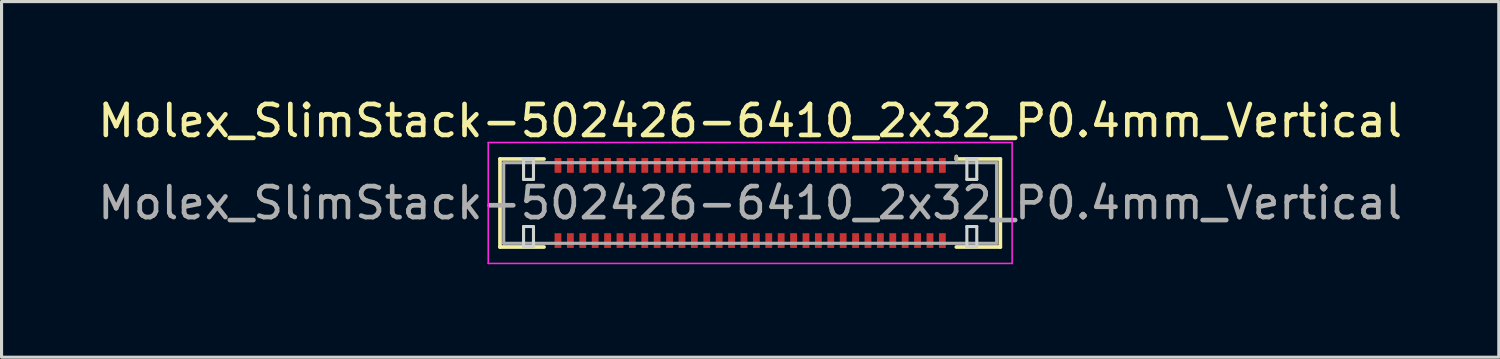
<source format=kicad_pcb>
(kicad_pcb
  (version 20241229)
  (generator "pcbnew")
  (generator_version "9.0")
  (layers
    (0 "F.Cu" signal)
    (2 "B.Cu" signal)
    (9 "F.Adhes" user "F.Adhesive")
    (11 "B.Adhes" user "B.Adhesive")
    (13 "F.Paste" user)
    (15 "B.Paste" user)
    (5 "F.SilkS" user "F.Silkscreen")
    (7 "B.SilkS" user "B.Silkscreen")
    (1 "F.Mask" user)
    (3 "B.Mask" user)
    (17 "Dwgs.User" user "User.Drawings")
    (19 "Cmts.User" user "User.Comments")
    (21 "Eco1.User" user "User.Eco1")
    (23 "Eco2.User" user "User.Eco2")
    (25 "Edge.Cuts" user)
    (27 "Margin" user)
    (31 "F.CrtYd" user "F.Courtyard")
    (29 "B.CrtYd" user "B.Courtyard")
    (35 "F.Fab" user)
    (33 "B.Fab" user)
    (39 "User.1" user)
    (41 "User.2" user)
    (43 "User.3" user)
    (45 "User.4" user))
  (footprint "Molex_SlimStack-502426-6410_2x32_P0.4mm_Vertical"
    (layer "F.Cu")
    (at 21.149 3.498)
    (property "Reference" "Molex_SlimStack-502426-6410_2x32_P0.4mm_Vertical" (at 0 -2.65 0) (layer "F.SilkS") (effects (font (size 1 1) (thickness 0.15))))
    (attr smd)
    (fp_line (start -8.07 -1.42) (end -6.65 -1.42) (stroke (width 0.12) (type solid)) (layer "F.SilkS"))
    (fp_line (start -8.07 1.42) (end -8.07 -1.42) (stroke (width 0.12) (type solid)) (layer "F.SilkS"))
    (fp_line (start -6.65 1.42) (end -8.07 1.42) (stroke (width 0.12) (type solid)) (layer "F.SilkS"))
    (fp_line (start 6.65 -1.42) (end 6.65 -1.5) (stroke (width 0.12) (type solid)) (layer "F.SilkS"))
    (fp_line (start 6.65 1.42) (end 8.07 1.42) (stroke (width 0.12) (type solid)) (layer "F.SilkS"))
    (fp_line (start 8.07 -1.42) (end 6.65 -1.42) (stroke (width 0.12) (type solid)) (layer "F.SilkS"))
    (fp_line (start 8.07 1.42) (end 8.07 -1.42) (stroke (width 0.12) (type solid)) (layer "F.SilkS"))
    (fp_line (start -7.31 -1.41) (end -7.31 -0.76) (stroke (width 0.1) (type solid)) (layer "Edge.Cuts"))
    (fp_line (start -7.31 -0.76) (end -6.99 -0.76) (stroke (width 0.1) (type solid)) (layer "Edge.Cuts"))
    (fp_line (start -7.31 0.76) (end -7.31 1.41) (stroke (width 0.1) (type solid)) (layer "Edge.Cuts"))
    (fp_line (start -7.31 1.41) (end -6.99 1.41) (stroke (width 0.1) (type solid)) (layer "Edge.Cuts"))
    (fp_line (start -6.99 -1.41) (end -7.31 -1.41) (stroke (width 0.1) (type solid)) (layer "Edge.Cuts"))
    (fp_line (start -6.99 -0.76) (end -6.99 -1.41) (stroke (width 0.1) (type solid)) (layer "Edge.Cuts"))
    (fp_line (start -6.99 0.76) (end -7.31 0.76) (stroke (width 0.1) (type solid)) (layer "Edge.Cuts"))
    (fp_line (start -6.99 1.41) (end -6.99 0.76) (stroke (width 0.1) (type solid)) (layer "Edge.Cuts"))
    (fp_line (start 6.99 -1.41) (end 6.99 -0.76) (stroke (width 0.1) (type solid)) (layer "Edge.Cuts"))
    (fp_line (start 6.99 -0.76) (end 7.31 -0.76) (stroke (width 0.1) (type solid)) (layer "Edge.Cuts"))
    (fp_line (start 6.99 0.76) (end 6.99 1.41) (stroke (width 0.1) (type solid)) (layer "Edge.Cuts"))
    (fp_line (start 6.99 1.41) (end 7.31 1.41) (stroke (width 0.1) (type solid)) (layer "Edge.Cuts"))
    (fp_line (start 7.31 -1.41) (end 6.99 -1.41) (stroke (width 0.1) (type solid)) (layer "Edge.Cuts"))
    (fp_line (start 7.31 -0.76) (end 7.31 -1.41) (stroke (width 0.1) (type solid)) (layer "Edge.Cuts"))
    (fp_line (start 7.31 0.76) (end 6.99 0.76) (stroke (width 0.1) (type solid)) (layer "Edge.Cuts"))
    (fp_line (start 7.31 1.41) (end 7.31 0.76) (stroke (width 0.1) (type solid)) (layer "Edge.Cuts"))
    (fp_line (start -8.45 -1.95) (end -8.45 1.95) (stroke (width 0.05) (type solid)) (layer "F.CrtYd"))
    (fp_line (start -8.45 1.95) (end 8.45 1.95) (stroke (width 0.05) (type solid)) (layer "F.CrtYd"))
    (fp_line (start 8.45 -1.95) (end -8.45 -1.95) (stroke (width 0.05) (type solid)) (layer "F.CrtYd"))
    (fp_line (start 8.45 1.95) (end 8.45 -1.95) (stroke (width 0.05) (type solid)) (layer "F.CrtYd"))
    (fp_line (start -7.95 -1.3) (end -7.95 1.3) (stroke (width 0.1) (type solid)) (layer "F.Fab"))
    (fp_line (start -7.95 1.3) (end 7.95 1.3) (stroke (width 0.1) (type solid)) (layer "F.Fab"))
    (fp_line (start 6.65 -1.3) (end 6.65 -1.5) (stroke (width 0.1) (type solid)) (layer "F.Fab"))
    (fp_line (start 7.95 -1.3) (end -7.95 -1.3) (stroke (width 0.1) (type solid)) (layer "F.Fab"))
    (fp_line (start 7.95 1.3) (end 7.95 -1.3) (stroke (width 0.1) (type solid)) (layer "F.Fab"))
    (fp_text user "${REFERENCE}" (at 0 0 0) (layer "F.Fab") (effects (font (size 1 1) (thickness 0.15))))
    (pad "1" smd rect (at 6.2 -1.212) (size 0.22 0.475) (layers "F.Cu" "F.Mask" "F.Paste"))
    (pad "2" smd rect (at 6.2 1.212) (size 0.22 0.475) (layers "F.Cu" "F.Mask" "F.Paste"))
    (pad "3" smd rect (at 5.8 -1.212) (size 0.22 0.475) (layers "F.Cu" "F.Mask" "F.Paste"))
    (pad "4" smd rect (at 5.8 1.212) (size 0.22 0.475) (layers "F.Cu" "F.Mask" "F.Paste"))
    (pad "5" smd rect (at 5.4 -1.212) (size 0.22 0.475) (layers "F.Cu" "F.Mask" "F.Paste"))
    (pad "6" smd rect (at 5.4 1.212) (size 0.22 0.475) (layers "F.Cu" "F.Mask" "F.Paste"))
    (pad "7" smd rect (at 5 -1.212) (size 0.22 0.475) (layers "F.Cu" "F.Mask" "F.Paste"))
    (pad "8" smd rect (at 5 1.212) (size 0.22 0.475) (layers "F.Cu" "F.Mask" "F.Paste"))
    (pad "9" smd rect (at 4.6 -1.212) (size 0.22 0.475) (layers "F.Cu" "F.Mask" "F.Paste"))
    (pad "10" smd rect (at 4.6 1.212) (size 0.22 0.475) (layers "F.Cu" "F.Mask" "F.Paste"))
    (pad "11" smd rect (at 4.2 -1.212) (size 0.22 0.475) (layers "F.Cu" "F.Mask" "F.Paste"))
    (pad "12" smd rect (at 4.2 1.212) (size 0.22 0.475) (layers "F.Cu" "F.Mask" "F.Paste"))
    (pad "13" smd rect (at 3.8 -1.212) (size 0.22 0.475) (layers "F.Cu" "F.Mask" "F.Paste"))
    (pad "14" smd rect (at 3.8 1.212) (size 0.22 0.475) (layers "F.Cu" "F.Mask" "F.Paste"))
    (pad "15" smd rect (at 3.4 -1.212) (size 0.22 0.475) (layers "F.Cu" "F.Mask" "F.Paste"))
    (pad "16" smd rect (at 3.4 1.212) (size 0.22 0.475) (layers "F.Cu" "F.Mask" "F.Paste"))
    (pad "17" smd rect (at 3 -1.212) (size 0.22 0.475) (layers "F.Cu" "F.Mask" "F.Paste"))
    (pad "18" smd rect (at 3 1.212) (size 0.22 0.475) (layers "F.Cu" "F.Mask" "F.Paste"))
    (pad "19" smd rect (at 2.6 -1.212) (size 0.22 0.475) (layers "F.Cu" "F.Mask" "F.Paste"))
    (pad "20" smd rect (at 2.6 1.212) (size 0.22 0.475) (layers "F.Cu" "F.Mask" "F.Paste"))
    (pad "21" smd rect (at 2.2 -1.212) (size 0.22 0.475) (layers "F.Cu" "F.Mask" "F.Paste"))
    (pad "22" smd rect (at 2.2 1.212) (size 0.22 0.475) (layers "F.Cu" "F.Mask" "F.Paste"))
    (pad "23" smd rect (at 1.8 -1.212) (size 0.22 0.475) (layers "F.Cu" "F.Mask" "F.Paste"))
    (pad "24" smd rect (at 1.8 1.212) (size 0.22 0.475) (layers "F.Cu" "F.Mask" "F.Paste"))
    (pad "25" smd rect (at 1.4 -1.212) (size 0.22 0.475) (layers "F.Cu" "F.Mask" "F.Paste"))
    (pad "26" smd rect (at 1.4 1.212) (size 0.22 0.475) (layers "F.Cu" "F.Mask" "F.Paste"))
    (pad "27" smd rect (at 1 -1.212) (size 0.22 0.475) (layers "F.Cu" "F.Mask" "F.Paste"))
    (pad "28" smd rect (at 1 1.212) (size 0.22 0.475) (layers "F.Cu" "F.Mask" "F.Paste"))
    (pad "29" smd rect (at 0.6 -1.212) (size 0.22 0.475) (layers "F.Cu" "F.Mask" "F.Paste"))
    (pad "30" smd rect (at 0.6 1.212) (size 0.22 0.475) (layers "F.Cu" "F.Mask" "F.Paste"))
    (pad "31" smd rect (at 0.2 -1.212) (size 0.22 0.475) (layers "F.Cu" "F.Mask" "F.Paste"))
    (pad "32" smd rect (at 0.2 1.212) (size 0.22 0.475) (layers "F.Cu" "F.Mask" "F.Paste"))
    (pad "33" smd rect (at -0.2 -1.212) (size 0.22 0.475) (layers "F.Cu" "F.Mask" "F.Paste"))
    (pad "34" smd rect (at -0.2 1.212) (size 0.22 0.475) (layers "F.Cu" "F.Mask" "F.Paste"))
    (pad "35" smd rect (at -0.6 -1.212) (size 0.22 0.475) (layers "F.Cu" "F.Mask" "F.Paste"))
    (pad "36" smd rect (at -0.6 1.212) (size 0.22 0.475) (layers "F.Cu" "F.Mask" "F.Paste"))
    (pad "37" smd rect (at -1 -1.212) (size 0.22 0.475) (layers "F.Cu" "F.Mask" "F.Paste"))
    (pad "38" smd rect (at -1 1.212) (size 0.22 0.475) (layers "F.Cu" "F.Mask" "F.Paste"))
    (pad "39" smd rect (at -1.4 -1.212) (size 0.22 0.475) (layers "F.Cu" "F.Mask" "F.Paste"))
    (pad "40" smd rect (at -1.4 1.212) (size 0.22 0.475) (layers "F.Cu" "F.Mask" "F.Paste"))
    (pad "41" smd rect (at -1.8 -1.212) (size 0.22 0.475) (layers "F.Cu" "F.Mask" "F.Paste"))
    (pad "42" smd rect (at -1.8 1.212) (size 0.22 0.475) (layers "F.Cu" "F.Mask" "F.Paste"))
    (pad "43" smd rect (at -2.2 -1.212) (size 0.22 0.475) (layers "F.Cu" "F.Mask" "F.Paste"))
    (pad "44" smd rect (at -2.2 1.212) (size 0.22 0.475) (layers "F.Cu" "F.Mask" "F.Paste"))
    (pad "45" smd rect (at -2.6 -1.212) (size 0.22 0.475) (layers "F.Cu" "F.Mask" "F.Paste"))
    (pad "46" smd rect (at -2.6 1.212) (size 0.22 0.475) (layers "F.Cu" "F.Mask" "F.Paste"))
    (pad "47" smd rect (at -3 -1.212) (size 0.22 0.475) (layers "F.Cu" "F.Mask" "F.Paste"))
    (pad "48" smd rect (at -3 1.212) (size 0.22 0.475) (layers "F.Cu" "F.Mask" "F.Paste"))
    (pad "49" smd rect (at -3.4 -1.212) (size 0.22 0.475) (layers "F.Cu" "F.Mask" "F.Paste"))
    (pad "50" smd rect (at -3.4 1.212) (size 0.22 0.475) (layers "F.Cu" "F.Mask" "F.Paste"))
    (pad "51" smd rect (at -3.8 -1.212) (size 0.22 0.475) (layers "F.Cu" "F.Mask" "F.Paste"))
    (pad "52" smd rect (at -3.8 1.212) (size 0.22 0.475) (layers "F.Cu" "F.Mask" "F.Paste"))
    (pad "53" smd rect (at -4.2 -1.212) (size 0.22 0.475) (layers "F.Cu" "F.Mask" "F.Paste"))
    (pad "54" smd rect (at -4.2 1.212) (size 0.22 0.475) (layers "F.Cu" "F.Mask" "F.Paste"))
    (pad "55" smd rect (at -4.6 -1.212) (size 0.22 0.475) (layers "F.Cu" "F.Mask" "F.Paste"))
    (pad "56" smd rect (at -4.6 1.212) (size 0.22 0.475) (layers "F.Cu" "F.Mask" "F.Paste"))
    (pad "57" smd rect (at -5 -1.212) (size 0.22 0.475) (layers "F.Cu" "F.Mask" "F.Paste"))
    (pad "58" smd rect (at -5 1.212) (size 0.22 0.475) (layers "F.Cu" "F.Mask" "F.Paste"))
    (pad "59" smd rect (at -5.4 -1.212) (size 0.22 0.475) (layers "F.Cu" "F.Mask" "F.Paste"))
    (pad "60" smd rect (at -5.4 1.212) (size 0.22 0.475) (layers "F.Cu" "F.Mask" "F.Paste"))
    (pad "61" smd rect (at -5.8 -1.212) (size 0.22 0.475) (layers "F.Cu" "F.Mask" "F.Paste"))
    (pad "62" smd rect (at -5.8 1.212) (size 0.22 0.475) (layers "F.Cu" "F.Mask" "F.Paste"))
    (pad "63" smd rect (at -6.2 -1.212) (size 0.22 0.475) (layers "F.Cu" "F.Mask" "F.Paste"))
    (pad "64" smd rect (at -6.2 1.212) (size 0.22 0.475) (layers "F.Cu" "F.Mask" "F.Paste")))
  (gr_rect
    (start -3 -3)
    (end 45.298 8.473)
    (stroke (width 0.1) (type default))
    (fill no)
    (layer "Edge.Cuts")))
</source>
